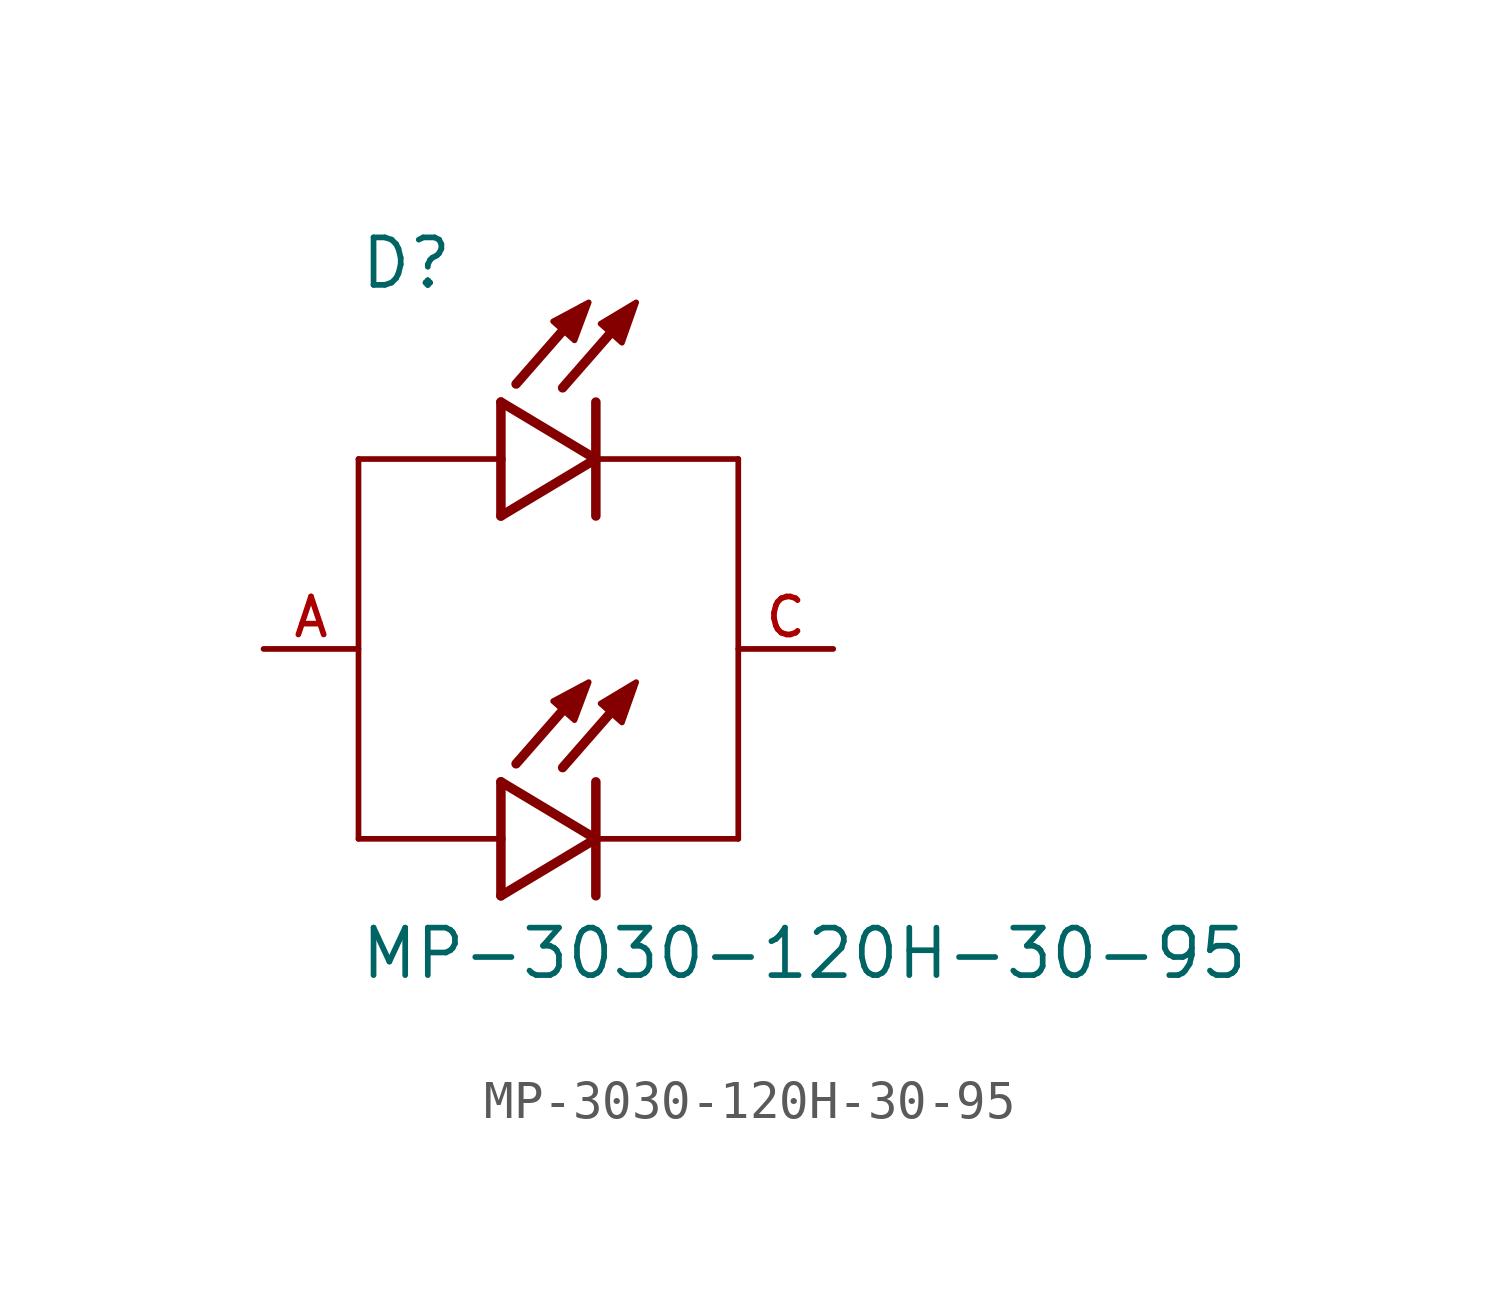
<source format=kicad_sym>
(kicad_symbol_lib
  (version 20211014)
  (generator kicad_symbol_editor)
  (symbol "MP-3030-120H-30-95"
    (pin_names
      (offset 1.016))
    (property "Reference" "D"
      (at -5.08 9.576 0)
      (effects (font (size 1.27 1.27)) (justify bottom left)))
    (property "Value" "MP-3030-120H-30-95"
      (at -5.08 -8.89 0)
      (effects (font (size 1.27 1.27)) (justify bottom left)))
    (symbol "MP-3030-120H-30-95_0_0"
      (polyline (pts (xy -1.27 6.604) (xy -1.27 5.08)) (stroke (width 0.254)))
      (polyline (pts (xy -1.27 5.08) (xy -1.27 3.556)) (stroke (width 0.254)))
      (polyline (pts (xy -1.27 3.556) (xy 1.27 5.08)) (stroke (width 0.254)))
      (polyline (pts (xy 1.27 5.08) (xy -1.27 6.604)) (stroke (width 0.254)))
      (polyline (pts (xy 1.27 6.604) (xy 1.27 5.08)) (stroke (width 0.254)))
      (polyline (pts (xy 1.27 5.08) (xy 1.27 3.556)) (stroke (width 0.254)))
      (polyline (pts (xy -1.27 5.08) (xy -5.08 5.08)) (stroke (width 0.152)))
      (polyline (pts (xy 2.159 9.017) (xy 0.381 6.985)) (stroke (width 0.254)))
      (polyline (pts (xy 0.914 9.119) (xy -0.864 7.087)) (stroke (width 0.254)))
      (polyline (pts (xy 5.08 5.08) (xy 1.27 5.08)) (stroke (width 0.152)))
      (polyline (pts (xy 0.127 8.763) (xy 0.699 8.255) (xy 1.079 9.271) (xy 0.127 8.763)) (stroke (width 0.152)) (fill (type outline)))
      (polyline (pts (xy 1.397 8.7) (xy 1.968 8.191) (xy 2.349 9.271) (xy 1.397 8.7)) (stroke (width 0.152)) (fill (type outline)))
      (polyline (pts (xy -1.27 -3.556) (xy -1.27 -5.08)) (stroke (width 0.254)))
      (polyline (pts (xy -1.27 -5.08) (xy -1.27 -6.604)) (stroke (width 0.254)))
      (polyline (pts (xy -1.27 -6.604) (xy 1.27 -5.08)) (stroke (width 0.254)))
      (polyline (pts (xy 1.27 -5.08) (xy -1.27 -3.556)) (stroke (width 0.254)))
      (polyline (pts (xy 1.27 -3.556) (xy 1.27 -5.08)) (stroke (width 0.254)))
      (polyline (pts (xy 1.27 -5.08) (xy 1.27 -6.604)) (stroke (width 0.254)))
      (polyline (pts (xy -1.27 -5.08) (xy -5.08 -5.08)) (stroke (width 0.152)))
      (polyline (pts (xy 2.159 -1.143) (xy 0.381 -3.175)) (stroke (width 0.254)))
      (polyline (pts (xy 0.914 -1.041) (xy -0.864 -3.073)) (stroke (width 0.254)))
      (polyline (pts (xy 5.08 -5.08) (xy 1.27 -5.08)) (stroke (width 0.152)))
      (polyline (pts (xy 0.127 -1.397) (xy 0.699 -1.905) (xy 1.079 -0.889) (xy 0.127 -1.397)) (stroke (width 0.152)) (fill (type outline)))
      (polyline (pts (xy 1.397 -1.46) (xy 1.968 -1.968) (xy 2.349 -0.889) (xy 1.397 -1.46)) (stroke (width 0.152)) (fill (type outline)))
      (polyline (pts (xy -5.08 -5.08) (xy -5.08 5.08)) (stroke (width 0.152)))
      (polyline (pts (xy 5.08 -5.08) (xy 5.08 5.08)) (stroke (width 0.152)))
      (pin passive line (at 7.62 0.0 180.0) (length 2.54) (name "~" (effects (font (size 1.016 1.016)))) (number "C" (effects (font (size 1.016 1.016)))))
      (pin passive line (at -7.62 0.0 0) (length 2.54) (name "~" (effects (font (size 1.016 1.016)))) (number "A" (effects (font (size 1.016 1.016))))))))
</source>
